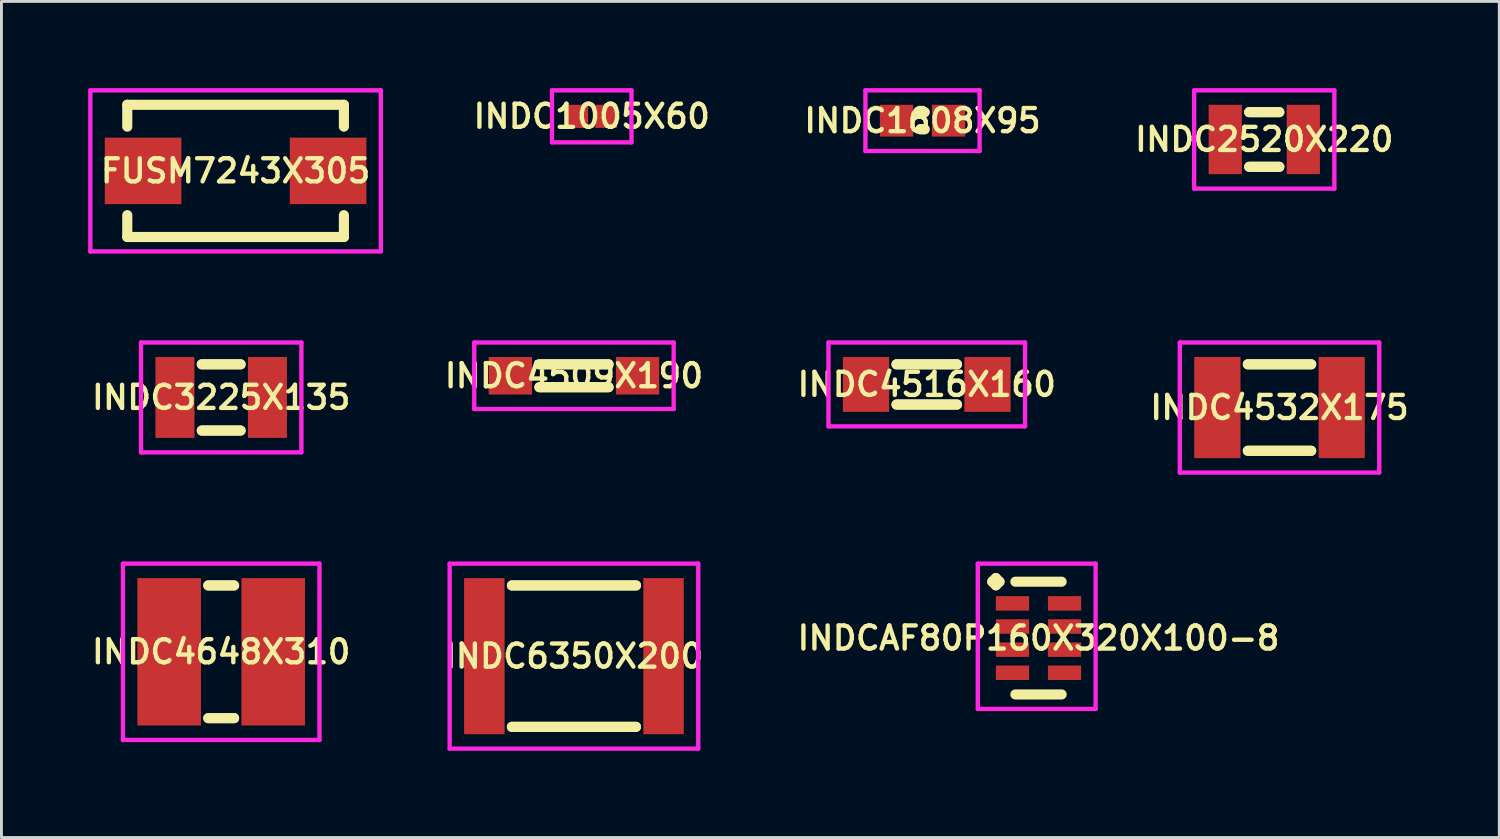
<source format=kicad_pcb>
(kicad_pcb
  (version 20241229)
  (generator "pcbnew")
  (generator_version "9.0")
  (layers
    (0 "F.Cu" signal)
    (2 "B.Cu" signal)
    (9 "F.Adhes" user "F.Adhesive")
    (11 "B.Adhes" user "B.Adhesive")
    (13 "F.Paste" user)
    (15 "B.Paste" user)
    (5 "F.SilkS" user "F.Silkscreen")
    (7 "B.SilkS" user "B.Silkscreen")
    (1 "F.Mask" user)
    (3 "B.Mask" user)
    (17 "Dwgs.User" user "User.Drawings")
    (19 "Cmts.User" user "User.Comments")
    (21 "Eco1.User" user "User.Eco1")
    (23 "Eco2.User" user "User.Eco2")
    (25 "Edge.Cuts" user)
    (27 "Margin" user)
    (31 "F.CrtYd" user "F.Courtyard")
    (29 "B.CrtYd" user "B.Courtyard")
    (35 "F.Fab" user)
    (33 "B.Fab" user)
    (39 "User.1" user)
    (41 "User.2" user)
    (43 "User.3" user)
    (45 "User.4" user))
  (footprint "INDC1608X95"
    (layer "F.Cu")
    (at 28.864 1.125)
    (property "Reference" "INDC1608X95" (at 0 0 0) (layer "F.SilkS") (effects (font (size 0.8 0.8) (thickness 0.15))))
    (attr smd)
    (fp_line (start -0.071 -0.296) (end 0.071 -0.296) (stroke (width 0.35) (type solid)) (layer "F.SilkS"))
    (fp_line (start -0.071 0.296) (end 0.071 0.296) (stroke (width 0.35) (type solid)) (layer "F.SilkS"))
    (fp_line (start 0.071 -0.296) (end -0.071 -0.296) (stroke (width 0.35) (type solid)) (layer "F.SilkS"))
    (fp_line (start 0.071 0.296) (end -0.071 0.296) (stroke (width 0.35) (type solid)) (layer "F.SilkS"))
    (fp_line (start -1.975 -1.05) (end 1.975 -1.05) (stroke (width 0.15) (type solid)) (layer "F.CrtYd"))
    (fp_line (start -1.975 1.05) (end -1.975 -1.05) (stroke (width 0.15) (type solid)) (layer "F.CrtYd"))
    (fp_line (start 1.975 -1.05) (end 1.975 1.05) (stroke (width 0.15) (type solid)) (layer "F.CrtYd"))
    (fp_line (start 1.975 1.05) (end -1.975 1.05) (stroke (width 0.15) (type solid)) (layer "F.CrtYd"))
    (pad "1" smd rect (at -0.9 0) (size 1.15 1.1) (layers "F.Cu" "F.Mask" "F.Paste"))
    (pad "2" smd rect (at 0.9 0) (size 1.15 1.1) (layers "F.Cu" "F.Mask" "F.Paste")))
  (footprint "INDC3225X135"
    (layer "F.Cu")
    (at 4.602 10.699)
    (property "Reference" "INDC3225X135" (at 0 0 0) (layer "F.SilkS") (effects (font (size 0.8 0.8) (thickness 0.15))))
    (attr smd)
    (fp_line (start -0.671 -1.146) (end 0.671 -1.146) (stroke (width 0.35) (type solid)) (layer "F.SilkS"))
    (fp_line (start -0.671 1.146) (end 0.671 1.146) (stroke (width 0.35) (type solid)) (layer "F.SilkS"))
    (fp_line (start 0.671 -1.146) (end -0.671 -1.146) (stroke (width 0.35) (type solid)) (layer "F.SilkS"))
    (fp_line (start 0.671 1.146) (end -0.671 1.146) (stroke (width 0.35) (type solid)) (layer "F.SilkS"))
    (fp_line (start -2.775 -1.9) (end 2.775 -1.9) (stroke (width 0.15) (type solid)) (layer "F.CrtYd"))
    (fp_line (start -2.775 1.9) (end -2.775 -1.9) (stroke (width 0.15) (type solid)) (layer "F.CrtYd"))
    (fp_line (start 2.775 -1.9) (end 2.775 1.9) (stroke (width 0.15) (type solid)) (layer "F.CrtYd"))
    (fp_line (start 2.775 1.9) (end -2.775 1.9) (stroke (width 0.15) (type solid)) (layer "F.CrtYd"))
    (pad "1" smd rect (at -1.6 0) (size 1.35 2.8) (layers "F.Cu" "F.Mask" "F.Paste"))
    (pad "2" smd rect (at 1.6 0) (size 1.35 2.8) (layers "F.Cu" "F.Mask" "F.Paste")))
  (footprint "INDC4509X190"
    (layer "F.Cu")
    (at 16.806 9.949)
    (property "Reference" "INDC4509X190" (at 0 0 0) (layer "F.SilkS") (effects (font (size 0.8 0.8) (thickness 0.15))))
    (attr smd)
    (fp_line (start -1.196 -0.396) (end 1.196 -0.396) (stroke (width 0.35) (type solid)) (layer "F.SilkS"))
    (fp_line (start -1.196 0.396) (end 1.196 0.396) (stroke (width 0.35) (type solid)) (layer "F.SilkS"))
    (fp_line (start 1.196 -0.396) (end -1.196 -0.396) (stroke (width 0.35) (type solid)) (layer "F.SilkS"))
    (fp_line (start 1.196 0.396) (end -1.196 0.396) (stroke (width 0.35) (type solid)) (layer "F.SilkS"))
    (fp_line (start -3.45 -1.15) (end 3.45 -1.15) (stroke (width 0.15) (type solid)) (layer "F.CrtYd"))
    (fp_line (start -3.45 1.15) (end -3.45 -1.15) (stroke (width 0.15) (type solid)) (layer "F.CrtYd"))
    (fp_line (start 3.45 -1.15) (end 3.45 1.15) (stroke (width 0.15) (type solid)) (layer "F.CrtYd"))
    (fp_line (start 3.45 1.15) (end -3.45 1.15) (stroke (width 0.15) (type solid)) (layer "F.CrtYd"))
    (pad "1" smd rect (at -2.2 0) (size 1.5 1.3) (layers "F.Cu" "F.Mask" "F.Paste"))
    (pad "2" smd rect (at 2.2 0) (size 1.5 1.3) (layers "F.Cu" "F.Mask" "F.Paste")))
  (footprint "INDC4648X310"
    (layer "F.Cu")
    (at 4.602 19.499)
    (property "Reference" "INDC4648X310" (at 0 0 0) (layer "F.SilkS") (effects (font (size 0.8 0.8) (thickness 0.15))))
    (attr smd)
    (fp_line (start -0.446 -2.296) (end 0.446 -2.296) (stroke (width 0.35) (type solid)) (layer "F.SilkS"))
    (fp_line (start -0.446 2.296) (end 0.446 2.296) (stroke (width 0.35) (type solid)) (layer "F.SilkS"))
    (fp_line (start 0.446 -2.296) (end -0.446 -2.296) (stroke (width 0.35) (type solid)) (layer "F.SilkS"))
    (fp_line (start 0.446 2.296) (end -0.446 2.296) (stroke (width 0.35) (type solid)) (layer "F.SilkS"))
    (fp_line (start -3.4 -3.05) (end 3.4 -3.05) (stroke (width 0.15) (type solid)) (layer "F.CrtYd"))
    (fp_line (start -3.4 3.05) (end -3.4 -3.05) (stroke (width 0.15) (type solid)) (layer "F.CrtYd"))
    (fp_line (start 3.4 -3.05) (end 3.4 3.05) (stroke (width 0.15) (type solid)) (layer "F.CrtYd"))
    (fp_line (start 3.4 3.05) (end -3.4 3.05) (stroke (width 0.15) (type solid)) (layer "F.CrtYd"))
    (pad "1" smd rect (at -1.8 0) (size 2.2 5.1) (layers "F.Cu" "F.Mask" "F.Paste"))
    (pad "2" smd rect (at 1.8 0) (size 2.2 5.1) (layers "F.Cu" "F.Mask" "F.Paste")))
  (footprint "INDCAF80P160X320X100-8"
    (layer "F.Cu")
    (at 32.877 19.024)
    (property "Reference" "INDCAF80P160X320X100-8" (at 0 0 0) (layer "F.SilkS") (effects (font (size 0.8 0.8) (thickness 0.15))))
    (attr through_hole)
    (fp_line (start -1.6 -1.95) (end -1.475 -2.075) (stroke (width 0.35) (type solid)) (layer "F.SilkS"))
    (fp_line (start -1.475 -2.075) (end -1.35 -1.95) (stroke (width 0.35) (type solid)) (layer "F.SilkS"))
    (fp_line (start -1.475 -1.825) (end -1.6 -1.95) (stroke (width 0.35) (type solid)) (layer "F.SilkS"))
    (fp_line (start -1.35 -1.95) (end -1.475 -1.825) (stroke (width 0.35) (type solid)) (layer "F.SilkS"))
    (fp_line (start -0.8 -1.95) (end 0.8 -1.95) (stroke (width 0.35) (type solid)) (layer "F.SilkS"))
    (fp_line (start -0.8 1.95) (end 0.8 1.95) (stroke (width 0.35) (type solid)) (layer "F.SilkS"))
    (fp_line (start -2.1 -2.575) (end 1.975 -2.575) (stroke (width 0.15) (type solid)) (layer "F.CrtYd"))
    (fp_line (start -2.1 2.45) (end -2.1 -2.575) (stroke (width 0.15) (type solid)) (layer "F.CrtYd"))
    (fp_line (start 1.975 -2.575) (end 1.975 2.45) (stroke (width 0.15) (type solid)) (layer "F.CrtYd"))
    (fp_line (start 1.975 2.45) (end -2.1 2.45) (stroke (width 0.15) (type solid)) (layer "F.CrtYd"))
    (pad "1" smd rect (at -0.9 -1.2) (size 1.15 0.5) (layers "F.Cu" "F.Mask" "F.Paste"))
    (pad "2" smd rect (at -0.9 -0.4) (size 1.15 0.5) (layers "F.Cu" "F.Mask" "F.Paste"))
    (pad "3" smd rect (at -0.9 0.4) (size 1.15 0.5) (layers "F.Cu" "F.Mask" "F.Paste"))
    (pad "4" smd rect (at -0.9 1.2) (size 1.15 0.5) (layers "F.Cu" "F.Mask" "F.Paste"))
    (pad "5" smd rect (at 0.9 1.2) (size 1.15 0.5) (layers "F.Cu" "F.Mask" "F.Paste"))
    (pad "6" smd rect (at 0.9 0.4) (size 1.15 0.5) (layers "F.Cu" "F.Mask" "F.Paste"))
    (pad "7" smd rect (at 0.9 -0.4) (size 1.15 0.5) (layers "F.Cu" "F.Mask" "F.Paste"))
    (pad "8" smd rect (at 0.9 -1.2) (size 1.15 0.5) (layers "F.Cu" "F.Mask" "F.Paste")))
  (footprint "INDC4532X175"
    (layer "F.Cu")
    (at 41.215 11.049)
    (property "Reference" "INDC4532X175" (at 0 0 0) (layer "F.SilkS") (effects (font (size 0.8 0.8) (thickness 0.15))))
    (attr through_hole)
    (fp_line (start -1.096 -1.496) (end 1.096 -1.496) (stroke (width 0.35) (type solid)) (layer "F.SilkS"))
    (fp_line (start -1.096 1.496) (end 1.096 1.496) (stroke (width 0.35) (type solid)) (layer "F.SilkS"))
    (fp_line (start 1.096 -1.496) (end -1.096 -1.496) (stroke (width 0.35) (type solid)) (layer "F.SilkS"))
    (fp_line (start 1.096 1.496) (end -1.096 1.496) (stroke (width 0.35) (type solid)) (layer "F.SilkS"))
    (fp_line (start -3.45 -2.25) (end 3.45 -2.25) (stroke (width 0.15) (type solid)) (layer "F.CrtYd"))
    (fp_line (start -3.45 2.25) (end -3.45 -2.25) (stroke (width 0.15) (type solid)) (layer "F.CrtYd"))
    (fp_line (start 3.45 -2.25) (end 3.45 2.25) (stroke (width 0.15) (type solid)) (layer "F.CrtYd"))
    (fp_line (start 3.45 2.25) (end -3.45 2.25) (stroke (width 0.15) (type solid)) (layer "F.CrtYd"))
    (pad "1" smd rect (at -2.15 0) (size 1.6 3.5) (layers "F.Cu" "F.Mask" "F.Paste"))
    (pad "2" smd rect (at 2.15 0) (size 1.6 3.5) (layers "F.Cu" "F.Mask" "F.Paste")))
  (footprint "INDC6350X200"
    (layer "F.Cu")
    (at 16.806 19.649)
    (property "Reference" "INDC6350X200" (at 0 0 0) (layer "F.SilkS") (effects (font (size 0.8 0.8) (thickness 0.15))))
    (attr smd)
    (fp_line (start -2.146 -2.446) (end 2.146 -2.446) (stroke (width 0.35) (type solid)) (layer "F.SilkS"))
    (fp_line (start -2.146 2.446) (end 2.146 2.446) (stroke (width 0.35) (type solid)) (layer "F.SilkS"))
    (fp_line (start 2.146 -2.446) (end -2.146 -2.446) (stroke (width 0.35) (type solid)) (layer "F.SilkS"))
    (fp_line (start 2.146 2.446) (end -2.146 2.446) (stroke (width 0.35) (type solid)) (layer "F.SilkS"))
    (fp_line (start -4.3 -3.2) (end 4.3 -3.2) (stroke (width 0.15) (type solid)) (layer "F.CrtYd"))
    (fp_line (start -4.3 3.2) (end -4.3 -3.2) (stroke (width 0.15) (type solid)) (layer "F.CrtYd"))
    (fp_line (start 4.3 -3.2) (end 4.3 3.2) (stroke (width 0.15) (type solid)) (layer "F.CrtYd"))
    (fp_line (start 4.3 3.2) (end -4.3 3.2) (stroke (width 0.15) (type solid)) (layer "F.CrtYd"))
    (pad "1" smd rect (at -3.1 0) (size 1.4 5.4) (layers "F.Cu" "F.Mask" "F.Paste"))
    (pad "2" smd rect (at 3.1 0) (size 1.4 5.4) (layers "F.Cu" "F.Mask" "F.Paste")))
  (footprint "FUSM7243X305"
    (layer "F.Cu")
    (at 5.1 2.862)
    (property "Reference" "FUSM7243X305" (at 0 0 0) (layer "F.SilkS") (effects (font (size 0.8 0.8) (thickness 0.15))))
    (attr through_hole)
    (fp_line (start -3.747 -2.287) (end 3.747 -2.287) (stroke (width 0.35) (type solid)) (layer "F.SilkS"))
    (fp_line (start -3.747 -1.531) (end -3.747 -2.287) (stroke (width 0.35) (type solid)) (layer "F.SilkS"))
    (fp_line (start -3.747 1.531) (end -3.747 2.287) (stroke (width 0.35) (type solid)) (layer "F.SilkS"))
    (fp_line (start -3.747 2.287) (end 3.747 2.287) (stroke (width 0.35) (type solid)) (layer "F.SilkS"))
    (fp_line (start 3.747 -2.287) (end 3.747 -1.531) (stroke (width 0.35) (type solid)) (layer "F.SilkS"))
    (fp_line (start 3.747 2.287) (end 3.747 1.531) (stroke (width 0.35) (type solid)) (layer "F.SilkS"))
    (fp_line (start -5.025 -2.787) (end 5.025 -2.787) (stroke (width 0.15) (type solid)) (layer "F.CrtYd"))
    (fp_line (start -5.025 2.787) (end -5.025 -2.787) (stroke (width 0.15) (type solid)) (layer "F.CrtYd"))
    (fp_line (start 5.025 -2.787) (end 5.025 2.787) (stroke (width 0.15) (type solid)) (layer "F.CrtYd"))
    (fp_line (start 5.025 2.787) (end -5.025 2.787) (stroke (width 0.15) (type solid)) (layer "F.CrtYd"))
    (pad "1" smd rect (at -3.2 0) (size 2.65 2.3) (layers "F.Cu" "F.Mask" "F.Paste"))
    (pad "2" smd rect (at 3.2 0) (size 2.65 2.3) (layers "F.Cu" "F.Mask" "F.Paste")))
  (footprint "INDC2520X220"
    (layer "F.Cu")
    (at 40.687 1.775)
    (property "Reference" "INDC2520X220" (at 0 0 0) (layer "F.SilkS") (effects (font (size 0.8 0.8) (thickness 0.15))))
    (attr smd)
    (fp_line (start -0.521 -0.946) (end 0.521 -0.946) (stroke (width 0.35) (type solid)) (layer "F.SilkS"))
    (fp_line (start -0.521 0.946) (end 0.521 0.946) (stroke (width 0.35) (type solid)) (layer "F.SilkS"))
    (fp_line (start 0.521 -0.946) (end -0.521 -0.946) (stroke (width 0.35) (type solid)) (layer "F.SilkS"))
    (fp_line (start 0.521 0.946) (end -0.521 0.946) (stroke (width 0.35) (type solid)) (layer "F.SilkS"))
    (fp_line (start -2.425 -1.7) (end 2.425 -1.7) (stroke (width 0.15) (type solid)) (layer "F.CrtYd"))
    (fp_line (start -2.425 1.7) (end -2.425 -1.7) (stroke (width 0.15) (type solid)) (layer "F.CrtYd"))
    (fp_line (start 2.425 -1.7) (end 2.425 1.7) (stroke (width 0.15) (type solid)) (layer "F.CrtYd"))
    (fp_line (start 2.425 1.7) (end -2.425 1.7) (stroke (width 0.15) (type solid)) (layer "F.CrtYd"))
    (pad "1" smd rect (at -1.35 0) (size 1.15 2.4) (layers "F.Cu" "F.Mask" "F.Paste"))
    (pad "2" smd rect (at 1.35 0) (size 1.15 2.4) (layers "F.Cu" "F.Mask" "F.Paste")))
  (footprint "INDC1005X60"
    (layer "F.Cu")
    (at 17.421 0.975)
    (property "Reference" "INDC1005X60" (at 0 0 0) (layer "F.SilkS") (effects (font (size 0.8 0.8) (thickness 0.15))))
    (attr smd)
    (fp_line (start -1.375 -0.9) (end 1.375 -0.9) (stroke (width 0.15) (type solid)) (layer "F.CrtYd"))
    (fp_line (start -1.375 0.9) (end -1.375 -0.9) (stroke (width 0.15) (type solid)) (layer "F.CrtYd"))
    (fp_line (start 1.375 -0.9) (end 1.375 0.9) (stroke (width 0.15) (type solid)) (layer "F.CrtYd"))
    (fp_line (start 1.375 0.9) (end -1.375 0.9) (stroke (width 0.15) (type solid)) (layer "F.CrtYd"))
    (pad "1" smd rect (at -0.5 0) (size 0.75 0.8) (layers "F.Cu" "F.Mask" "F.Paste"))
    (pad "2" smd rect (at 0.5 0) (size 0.75 0.8) (layers "F.Cu" "F.Mask" "F.Paste")))
  (footprint "INDC4516X160"
    (layer "F.Cu")
    (at 29.011 10.249)
    (property "Reference" "INDC4516X160" (at 0 0 0) (layer "F.SilkS") (effects (font (size 0.8 0.8) (thickness 0.15))))
    (attr smd)
    (fp_line (start -1.046 -0.696) (end 1.046 -0.696) (stroke (width 0.35) (type solid)) (layer "F.SilkS"))
    (fp_line (start -1.046 0.696) (end 1.046 0.696) (stroke (width 0.35) (type solid)) (layer "F.SilkS"))
    (fp_line (start 1.046 -0.696) (end -1.046 -0.696) (stroke (width 0.35) (type solid)) (layer "F.SilkS"))
    (fp_line (start 1.046 0.696) (end -1.046 0.696) (stroke (width 0.35) (type solid)) (layer "F.SilkS"))
    (fp_line (start -3.4 -1.45) (end 3.4 -1.45) (stroke (width 0.15) (type solid)) (layer "F.CrtYd"))
    (fp_line (start -3.4 1.45) (end -3.4 -1.45) (stroke (width 0.15) (type solid)) (layer "F.CrtYd"))
    (fp_line (start 3.4 -1.45) (end 3.4 1.45) (stroke (width 0.15) (type solid)) (layer "F.CrtYd"))
    (fp_line (start 3.4 1.45) (end -3.4 1.45) (stroke (width 0.15) (type solid)) (layer "F.CrtYd"))
    (pad "1" smd rect (at -2.1 0) (size 1.6 1.9) (layers "F.Cu" "F.Mask" "F.Paste"))
    (pad "2" smd rect (at 2.1 0) (size 1.6 1.9) (layers "F.Cu" "F.Mask" "F.Paste")))
  (gr_rect
    (start -3 -3)
    (end 48.817 25.924)
    (stroke (width 0.1) (type default))
    (fill no)
    (layer "Edge.Cuts")))
</source>
